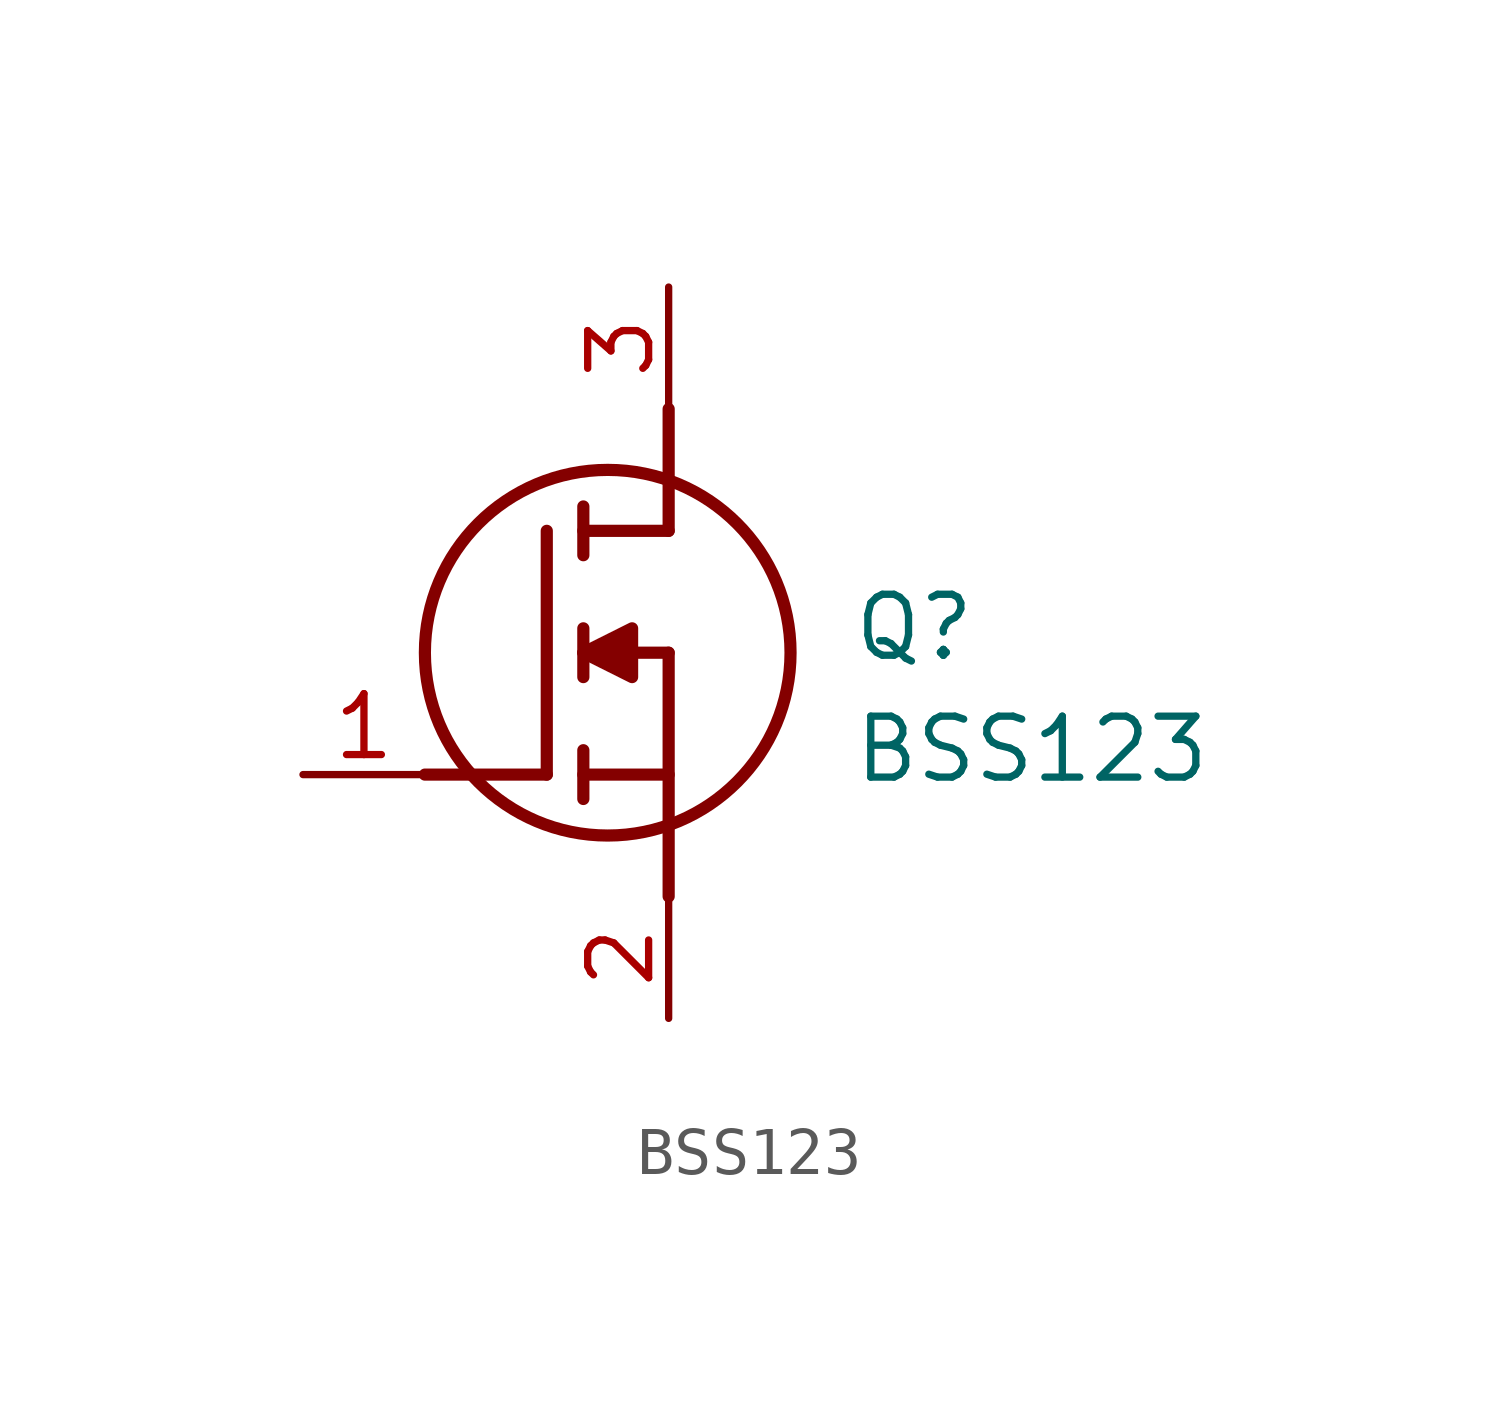
<source format=kicad_sym>
(kicad_symbol_lib
  (version 20211014)
  (generator SamacSys_ECAD_Model)
  (symbol "BSS123"
    (pin_names hide)
    (property "Reference" "Q"
      (at 11.43 3.81 0)
      (effects (font (size 1.27 1.27)) (justify left top)))
    (property "Value" "BSS123"
      (at 11.43 1.27 0)
      (effects (font (size 1.27 1.27)) (justify left top)))
    (polyline
      (pts (xy 7.62 2.54) (xy 7.62 -2.54))
      (stroke (width 0.254) (type default))
      (fill (type none)))
    (polyline
      (pts (xy 7.62 5.08) (xy 7.62 7.62))
      (stroke (width 0.254) (type default))
      (fill (type none)))
    (polyline
      (pts (xy 2.54 0) (xy 5.08 0))
      (stroke (width 0.254) (type default))
      (fill (type none)))
    (polyline
      (pts (xy 5.08 5.08) (xy 5.08 0))
      (stroke (width 0.254) (type default))
      (fill (type none)))
    (polyline
      (pts (xy 7.62 2.54) (xy 5.842 2.54))
      (stroke (width 0.254) (type default))
      (fill (type none)))
    (polyline
      (pts (xy 7.62 5.08) (xy 5.842 5.08))
      (stroke (width 0.254) (type default))
      (fill (type none)))
    (polyline
      (pts (xy 5.842 0) (xy 7.62 0))
      (stroke (width 0.254) (type default))
      (fill (type none)))
    (polyline
      (pts (xy 5.842 5.588) (xy 5.842 4.572))
      (stroke (width 0.254) (type default))
      (fill (type none)))
    (polyline
      (pts (xy 5.842 -0.508) (xy 5.842 0.508))
      (stroke (width 0.254) (type default))
      (fill (type none)))
    (polyline
      (pts (xy 5.842 2.032) (xy 5.842 3.048))
      (stroke (width 0.254) (type default))
      (fill (type none)))
    (circle
      (center 6.35 2.54)
      (radius 3.81)
      (stroke (width 0.254) (type default))
      (fill (type none)))
    (polyline
      (pts (xy 5.842 2.54) (xy 6.858 3.048) (xy 6.858 2.032) (xy 5.842 2.54))
      (stroke (width 0.254) (type default))
      (fill (type outline)))
    (pin passive line
      (at 0 0 0)
      (length 2.54)
      (name "G" (effects (font (size 1.27 1.27))))
      (number "1" (effects (font (size 1.27 1.27)))))
    (pin passive line
      (at 7.62 10.16 270)
      (length 2.54)
      (name "D" (effects (font (size 1.27 1.27))))
      (number "3" (effects (font (size 1.27 1.27)))))
    (pin passive line
      (at 7.62 -5.08 90)
      (length 2.54)
      (name "S" (effects (font (size 1.27 1.27))))
      (number "2" (effects (font (size 1.27 1.27)))))))
</source>
